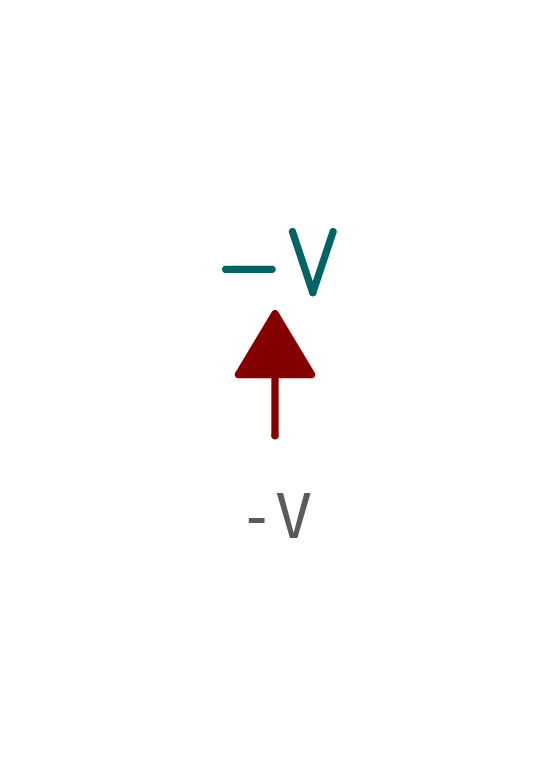
<source format=kicad_sym>
(kicad_symbol_lib
  (version 20241209)
  (generator "kicad_symbol_editor")
  (generator_version "9.0")
  (symbol "-V"
    (power)
    (pin_numbers
      (hide yes))
    (pin_names
      (offset 0)
      (hide yes))
    (property "Reference" "#PWR"
      (at 0 -3.81 0)
      (effects (font (size 1.27 1.27)) (hide yes)))
    (property "Value" "-V"
      (at 0 3.556 0)
      (effects (font (size 1.27 1.27))))
    (symbol "-V_0_0"
      (pin power_in line (at 0 0 90) (length 0) (name "~" (effects (font (size 1.27 1.27)))) (number "1" (effects (font (size 1.27 1.27))))))
    (symbol "-V_0_1"
      (polyline (pts (xy 0 0) (xy 0 1.27) (xy 0.762 1.27) (xy 0 2.54) (xy -0.762 1.27) (xy 0 1.27)) (stroke (width 0) (type default)) (fill (type outline))))))
</source>
